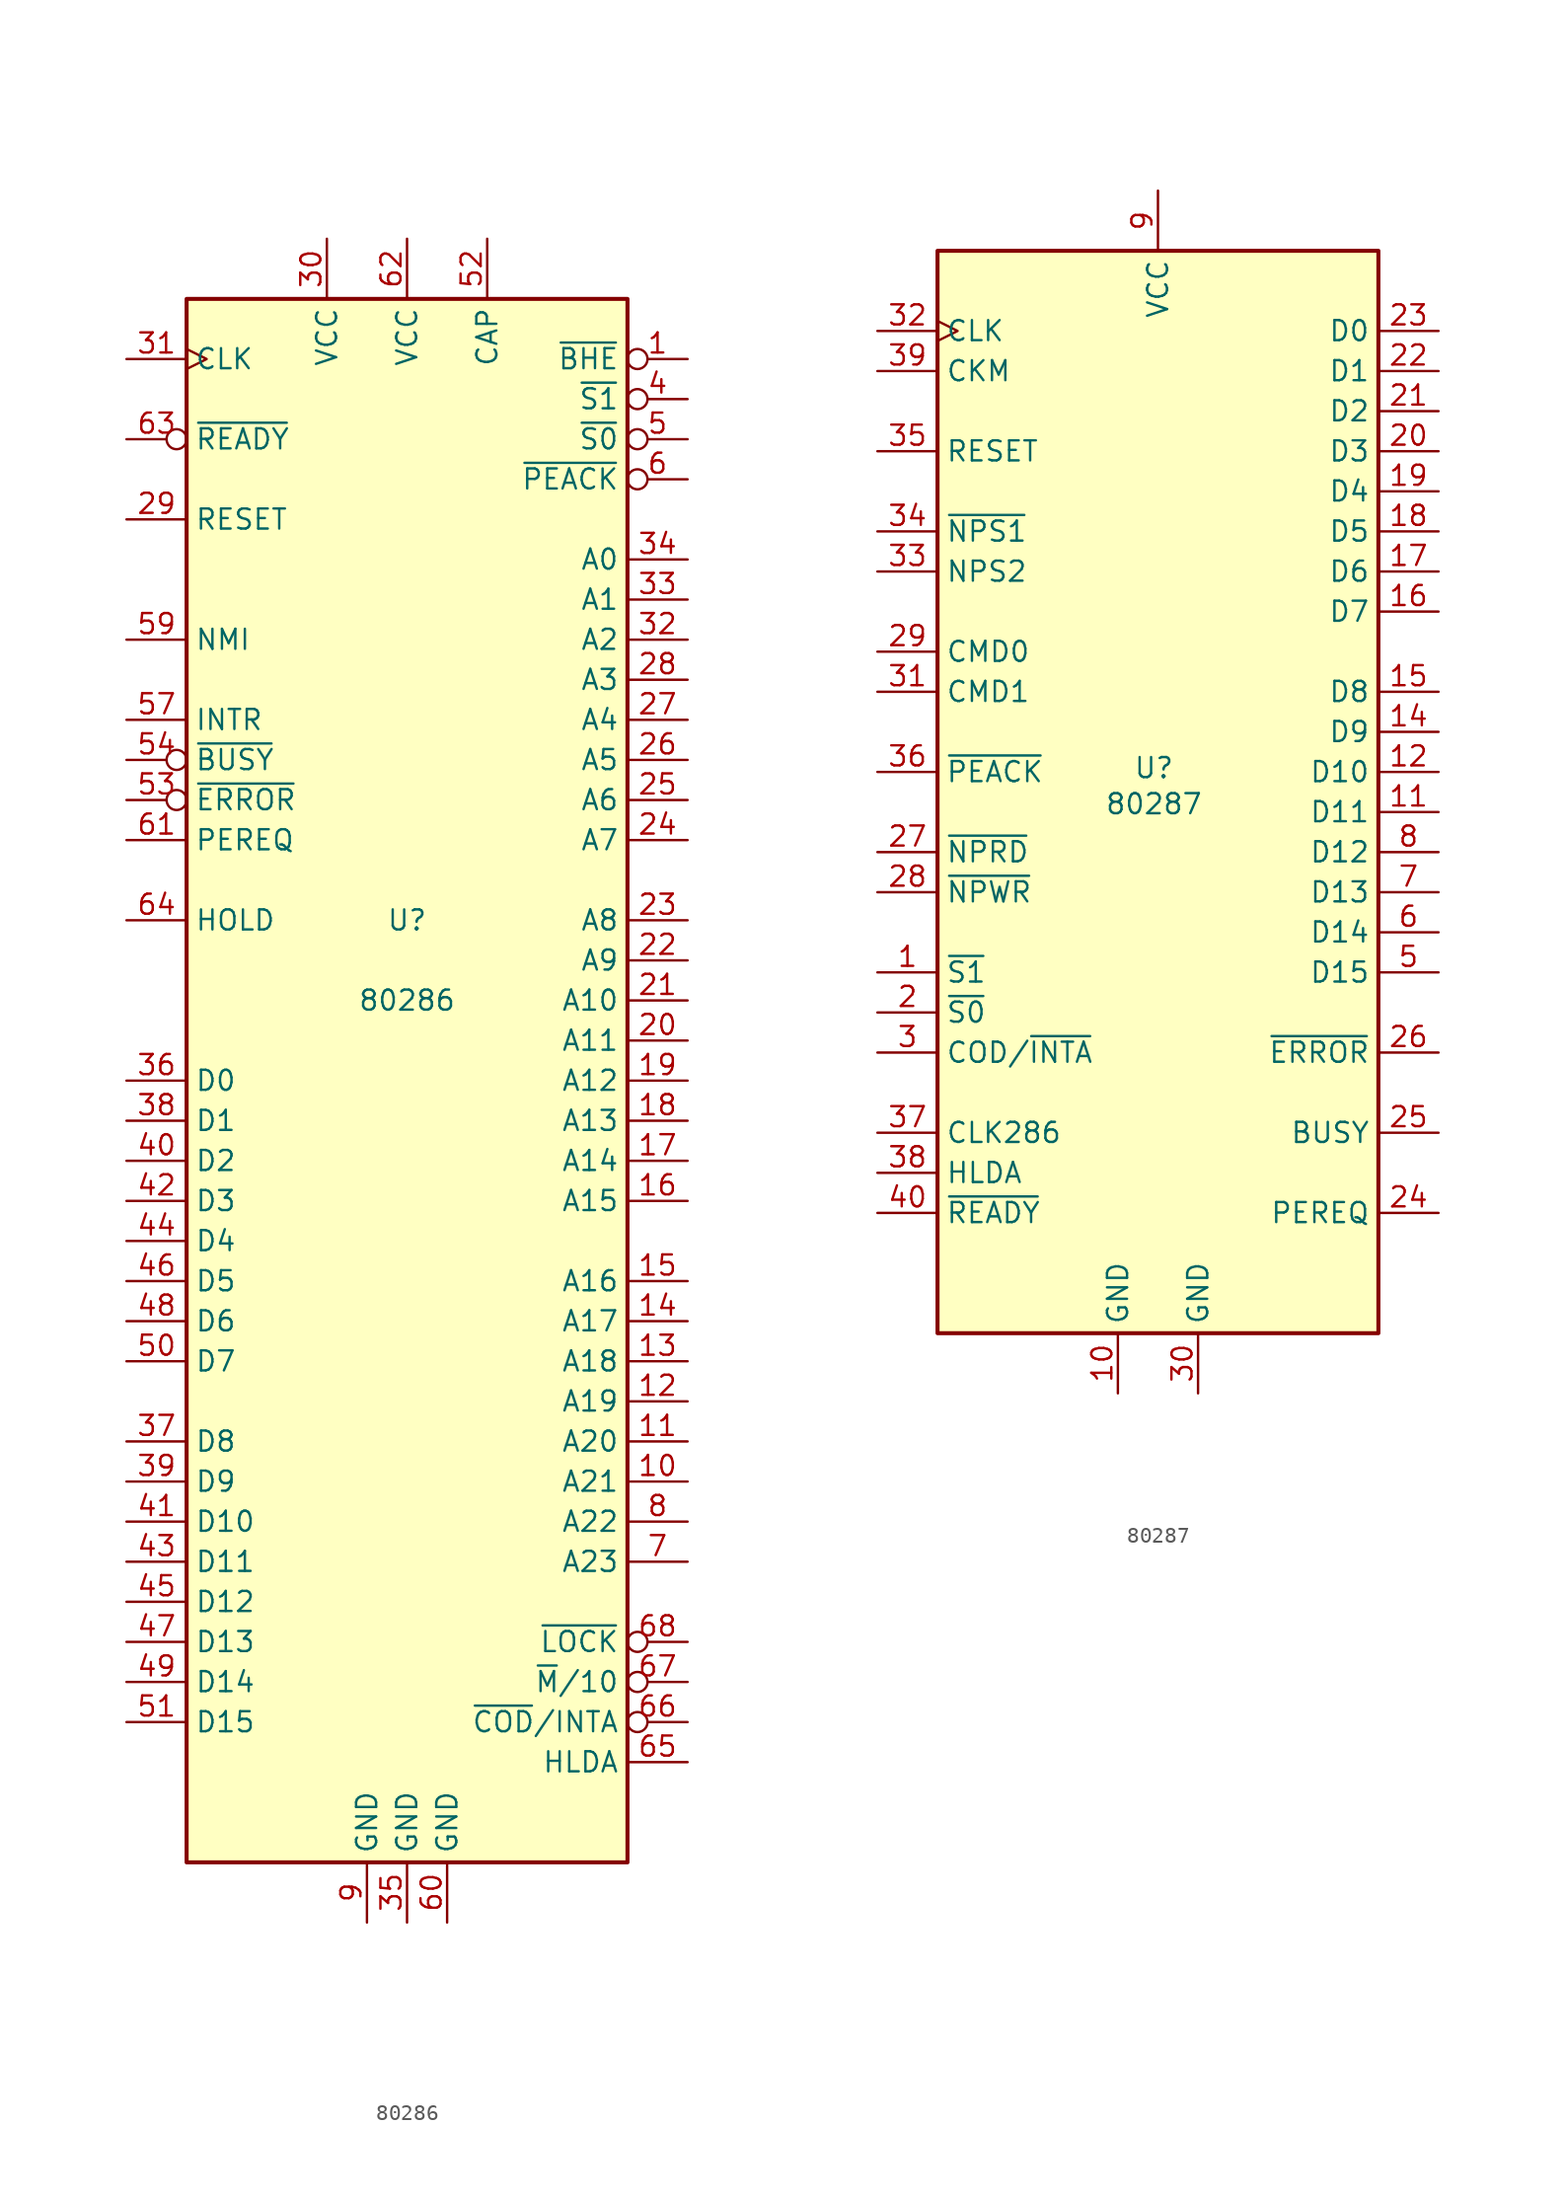
<source format=kicad_sym>
(kicad_symbol_lib
  (version 20231120)
  (generator "kicad_symbol_editor")
  (generator_version "8.0")
  (symbol "80286"
    (property "Reference" "U"
      (at 0 10.16 0)
      (do_not_autoplace)
      (effects (font (size 1.27 1.27))))
    (property "Value" "80286"
      (at 0 5.08 0)
      (do_not_autoplace)
      (effects (font (size 1.27 1.27))))
    (symbol "80286_0_0"
      (text "" (at -16.51 20.32 0) (effects (font (size 1.27 1.27)))))
    (symbol "80286_0_1"
      (rectangle (start -13.97 49.53) (end 13.97 -49.53) (stroke (width 0.254) (type default)) (fill (type background))))
    (symbol "80286_1_1"
      (pin output inverted (at 17.78 45.72 180) (length 3.81) (name "~{BHE}" (effects (font (size 1.27 1.27)))) (number "1" (effects (font (size 1.27 1.27)))))
      (pin output line (at 17.78 -25.4 180) (length 3.81) (name "A21" (effects (font (size 1.27 1.27)))) (number "10" (effects (font (size 1.27 1.27)))))
      (pin output line (at 17.78 -22.86 180) (length 3.81) (name "A20" (effects (font (size 1.27 1.27)))) (number "11" (effects (font (size 1.27 1.27)))))
      (pin output line (at 17.78 -20.32 180) (length 3.81) (name "A19" (effects (font (size 1.27 1.27)))) (number "12" (effects (font (size 1.27 1.27)))))
      (pin output line (at 17.78 -17.78 180) (length 3.81) (name "A18" (effects (font (size 1.27 1.27)))) (number "13" (effects (font (size 1.27 1.27)))))
      (pin output line (at 17.78 -15.24 180) (length 3.81) (name "A17" (effects (font (size 1.27 1.27)))) (number "14" (effects (font (size 1.27 1.27)))))
      (pin output line (at 17.78 -12.7 180) (length 3.81) (name "A16" (effects (font (size 1.27 1.27)))) (number "15" (effects (font (size 1.27 1.27)))))
      (pin output line (at 17.78 -7.62 180) (length 3.81) (name "A15" (effects (font (size 1.27 1.27)))) (number "16" (effects (font (size 1.27 1.27)))))
      (pin output line (at 17.78 -5.08 180) (length 3.81) (name "A14" (effects (font (size 1.27 1.27)))) (number "17" (effects (font (size 1.27 1.27)))))
      (pin output line (at 17.78 -2.54 180) (length 3.81) (name "A13" (effects (font (size 1.27 1.27)))) (number "18" (effects (font (size 1.27 1.27)))))
      (pin output line (at 17.78 0 180) (length 3.81) (name "A12" (effects (font (size 1.27 1.27)))) (number "19" (effects (font (size 1.27 1.27)))))
      (pin output line (at 17.78 2.54 180) (length 3.81) (name "A11" (effects (font (size 1.27 1.27)))) (number "20" (effects (font (size 1.27 1.27)))))
      (pin output line (at 17.78 5.08 180) (length 3.81) (name "A10" (effects (font (size 1.27 1.27)))) (number "21" (effects (font (size 1.27 1.27)))))
      (pin output line (at 17.78 7.62 180) (length 3.81) (name "A9" (effects (font (size 1.27 1.27)))) (number "22" (effects (font (size 1.27 1.27)))))
      (pin output line (at 17.78 10.16 180) (length 3.81) (name "A8" (effects (font (size 1.27 1.27)))) (number "23" (effects (font (size 1.27 1.27)))))
      (pin output line (at 17.78 15.24 180) (length 3.81) (name "A7" (effects (font (size 1.27 1.27)))) (number "24" (effects (font (size 1.27 1.27)))))
      (pin output line (at 17.78 17.78 180) (length 3.81) (name "A6" (effects (font (size 1.27 1.27)))) (number "25" (effects (font (size 1.27 1.27)))))
      (pin output line (at 17.78 20.32 180) (length 3.81) (name "A5" (effects (font (size 1.27 1.27)))) (number "26" (effects (font (size 1.27 1.27)))))
      (pin output line (at 17.78 22.86 180) (length 3.81) (name "A4" (effects (font (size 1.27 1.27)))) (number "27" (effects (font (size 1.27 1.27)))))
      (pin output line (at 17.78 25.4 180) (length 3.81) (name "A3" (effects (font (size 1.27 1.27)))) (number "28" (effects (font (size 1.27 1.27)))))
      (pin input line (at -17.78 35.56 0) (length 3.81) (name "RESET" (effects (font (size 1.27 1.27)))) (number "29" (effects (font (size 1.27 1.27)))))
      (pin power_in line (at -5.08 53.34 270) (length 3.81) (name "VCC" (effects (font (size 1.27 1.27)))) (number "30" (effects (font (size 1.27 1.27)))))
      (pin input clock (at -17.78 45.72 0) (length 3.81) (name "CLK" (effects (font (size 1.27 1.27)))) (number "31" (effects (font (size 1.27 1.27)))))
      (pin output line (at 17.78 27.94 180) (length 3.81) (name "A2" (effects (font (size 1.27 1.27)))) (number "32" (effects (font (size 1.27 1.27)))))
      (pin output line (at 17.78 30.48 180) (length 3.81) (name "A1" (effects (font (size 1.27 1.27)))) (number "33" (effects (font (size 1.27 1.27)))))
      (pin output line (at 17.78 33.02 180) (length 3.81) (name "A0" (effects (font (size 1.27 1.27)))) (number "34" (effects (font (size 1.27 1.27)))))
      (pin power_in line (at 0 -53.34 90) (length 3.81) (name "GND" (effects (font (size 1.27 1.27)))) (number "35" (effects (font (size 1.27 1.27)))))
      (pin tri_state line (at -17.78 0 0) (length 3.81) (name "D0" (effects (font (size 1.27 1.27)))) (number "36" (effects (font (size 1.27 1.27)))))
      (pin tri_state line (at -17.78 -22.86 0) (length 3.81) (name "D8" (effects (font (size 1.27 1.27)))) (number "37" (effects (font (size 1.27 1.27)))))
      (pin tri_state line (at -17.78 -2.54 0) (length 3.81) (name "D1" (effects (font (size 1.27 1.27)))) (number "38" (effects (font (size 1.27 1.27)))))
      (pin tri_state line (at -17.78 -25.4 0) (length 3.81) (name "D9" (effects (font (size 1.27 1.27)))) (number "39" (effects (font (size 1.27 1.27)))))
      (pin output inverted (at 17.78 43.18 180) (length 3.81) (name "~{S1}" (effects (font (size 1.27 1.27)))) (number "4" (effects (font (size 1.27 1.27)))))
      (pin tri_state line (at -17.78 -5.08 0) (length 3.81) (name "D2" (effects (font (size 1.27 1.27)))) (number "40" (effects (font (size 1.27 1.27)))))
      (pin tri_state line (at -17.78 -27.94 0) (length 3.81) (name "D10" (effects (font (size 1.27 1.27)))) (number "41" (effects (font (size 1.27 1.27)))))
      (pin tri_state line (at -17.78 -7.62 0) (length 3.81) (name "D3" (effects (font (size 1.27 1.27)))) (number "42" (effects (font (size 1.27 1.27)))))
      (pin tri_state line (at -17.78 -30.48 0) (length 3.81) (name "D11" (effects (font (size 1.27 1.27)))) (number "43" (effects (font (size 1.27 1.27)))))
      (pin tri_state line (at -17.78 -10.16 0) (length 3.81) (name "D4" (effects (font (size 1.27 1.27)))) (number "44" (effects (font (size 1.27 1.27)))))
      (pin tri_state line (at -17.78 -33.02 0) (length 3.81) (name "D12" (effects (font (size 1.27 1.27)))) (number "45" (effects (font (size 1.27 1.27)))))
      (pin tri_state line (at -17.78 -12.7 0) (length 3.81) (name "D5" (effects (font (size 1.27 1.27)))) (number "46" (effects (font (size 1.27 1.27)))))
      (pin tri_state line (at -17.78 -35.56 0) (length 3.81) (name "D13" (effects (font (size 1.27 1.27)))) (number "47" (effects (font (size 1.27 1.27)))))
      (pin tri_state line (at -17.78 -15.24 0) (length 3.81) (name "D6" (effects (font (size 1.27 1.27)))) (number "48" (effects (font (size 1.27 1.27)))))
      (pin tri_state line (at -17.78 -38.1 0) (length 3.81) (name "D14" (effects (font (size 1.27 1.27)))) (number "49" (effects (font (size 1.27 1.27)))))
      (pin output inverted (at 17.78 40.64 180) (length 3.81) (name "~{S0}" (effects (font (size 1.27 1.27)))) (number "5" (effects (font (size 1.27 1.27)))))
      (pin tri_state line (at -17.78 -17.78 0) (length 3.81) (name "D7" (effects (font (size 1.27 1.27)))) (number "50" (effects (font (size 1.27 1.27)))))
      (pin tri_state line (at -17.78 -40.64 0) (length 3.81) (name "D15" (effects (font (size 1.27 1.27)))) (number "51" (effects (font (size 1.27 1.27)))))
      (pin power_in line (at 5.08 53.34 270) (length 3.81) (name "CAP" (effects (font (size 1.27 1.27)))) (number "52" (effects (font (size 1.27 1.27)))))
      (pin input inverted (at -17.78 17.78 0) (length 3.81) (name "~{ERROR}" (effects (font (size 1.27 1.27)))) (number "53" (effects (font (size 1.27 1.27)))))
      (pin input inverted (at -17.78 20.32 0) (length 3.81) (name "~{BUSY}" (effects (font (size 1.27 1.27)))) (number "54" (effects (font (size 1.27 1.27)))))
      (pin input line (at -17.78 22.86 0) (length 3.81) (name "INTR" (effects (font (size 1.27 1.27)))) (number "57" (effects (font (size 1.27 1.27)))))
      (pin input line (at -17.78 27.94 0) (length 3.81) (name "NMI" (effects (font (size 1.27 1.27)))) (number "59" (effects (font (size 1.27 1.27)))))
      (pin output inverted (at 17.78 38.1 180) (length 3.81) (name "~{PEACK}" (effects (font (size 1.27 1.27)))) (number "6" (effects (font (size 1.27 1.27)))))
      (pin power_in line (at 2.54 -53.34 90) (length 3.81) (name "GND" (effects (font (size 1.27 1.27)))) (number "60" (effects (font (size 1.27 1.27)))))
      (pin input line (at -17.78 15.24 0) (length 3.81) (name "PEREQ" (effects (font (size 1.27 1.27)))) (number "61" (effects (font (size 1.27 1.27)))))
      (pin power_in line (at 0 53.34 270) (length 3.81) (name "VCC" (effects (font (size 1.27 1.27)))) (number "62" (effects (font (size 1.27 1.27)))))
      (pin input inverted (at -17.78 40.64 0) (length 3.81) (name "~{READY}" (effects (font (size 1.27 1.27)))) (number "63" (effects (font (size 1.27 1.27)))))
      (pin input line (at -17.78 10.16 0) (length 3.81) (name "HOLD" (effects (font (size 1.27 1.27)))) (number "64" (effects (font (size 1.27 1.27)))))
      (pin output line (at 17.78 -43.18 180) (length 3.81) (name "HLDA" (effects (font (size 1.27 1.27)))) (number "65" (effects (font (size 1.27 1.27)))))
      (pin output inverted (at 17.78 -40.64 180) (length 3.81) (name "~{COD}/INTA" (effects (font (size 1.27 1.27)))) (number "66" (effects (font (size 1.27 1.27)))))
      (pin output inverted (at 17.78 -38.1 180) (length 3.81) (name "~{M}/10" (effects (font (size 1.27 1.27)))) (number "67" (effects (font (size 1.27 1.27)))))
      (pin output inverted (at 17.78 -35.56 180) (length 3.81) (name "~{LOCK}" (effects (font (size 1.27 1.27)))) (number "68" (effects (font (size 1.27 1.27)))))
      (pin output line (at 17.78 -30.48 180) (length 3.81) (name "A23" (effects (font (size 1.27 1.27)))) (number "7" (effects (font (size 1.27 1.27)))))
      (pin output line (at 17.78 -27.94 180) (length 3.81) (name "A22" (effects (font (size 1.27 1.27)))) (number "8" (effects (font (size 1.27 1.27)))))
      (pin power_in line (at -2.54 -53.34 90) (length 3.81) (name "GND" (effects (font (size 1.27 1.27)))) (number "9" (effects (font (size 1.27 1.27)))))))
  (symbol "80287"
    (property "Reference" "U"
      (at -0.254 1.524 0)
      (effects (font (size 1.27 1.27))))
    (property "Value" "80287"
      (at -0.254 -0.762 0)
      (effects (font (size 1.27 1.27))))
    (symbol "80287_0_1"
      (rectangle (start -13.97 34.29) (end 13.97 -34.29) (stroke (width 0.254) (type default)) (fill (type background))))
    (symbol "80287_1_1"
      (pin input line (at -17.78 -11.43 0) (length 3.81) (name "~{S1}" (effects (font (size 1.27 1.27)))) (number "1" (effects (font (size 1.27 1.27)))))
      (pin power_in line (at -2.54 -38.1 90) (length 3.81) (name "GND" (effects (font (size 1.27 1.27)))) (number "10" (effects (font (size 1.27 1.27)))))
      (pin bidirectional line (at 17.78 -1.27 180) (length 3.81) (name "D11" (effects (font (size 1.27 1.27)))) (number "11" (effects (font (size 1.27 1.27)))))
      (pin bidirectional line (at 17.78 1.27 180) (length 3.81) (name "D10" (effects (font (size 1.27 1.27)))) (number "12" (effects (font (size 1.27 1.27)))))
      (pin no_connect line (at -17.78 19.05 0) (length 3.81) hide (name "NC" (effects (font (size 1.27 1.27)))) (number "13" (effects (font (size 1.27 1.27)))))
      (pin bidirectional line (at 17.78 3.81 180) (length 3.81) (name "D9" (effects (font (size 1.27 1.27)))) (number "14" (effects (font (size 1.27 1.27)))))
      (pin bidirectional line (at 17.78 6.35 180) (length 3.81) (name "D8" (effects (font (size 1.27 1.27)))) (number "15" (effects (font (size 1.27 1.27)))))
      (pin bidirectional line (at 17.78 11.43 180) (length 3.81) (name "D7" (effects (font (size 1.27 1.27)))) (number "16" (effects (font (size 1.27 1.27)))))
      (pin bidirectional line (at 17.78 13.97 180) (length 3.81) (name "D6" (effects (font (size 1.27 1.27)))) (number "17" (effects (font (size 1.27 1.27)))))
      (pin bidirectional line (at 17.78 16.51 180) (length 3.81) (name "D5" (effects (font (size 1.27 1.27)))) (number "18" (effects (font (size 1.27 1.27)))))
      (pin bidirectional line (at 17.78 19.05 180) (length 3.81) (name "D4" (effects (font (size 1.27 1.27)))) (number "19" (effects (font (size 1.27 1.27)))))
      (pin input line (at -17.78 -13.97 0) (length 3.81) (name "~{S0}" (effects (font (size 1.27 1.27)))) (number "2" (effects (font (size 1.27 1.27)))))
      (pin bidirectional line (at 17.78 21.59 180) (length 3.81) (name "D3" (effects (font (size 1.27 1.27)))) (number "20" (effects (font (size 1.27 1.27)))))
      (pin bidirectional line (at 17.78 24.13 180) (length 3.81) (name "D2" (effects (font (size 1.27 1.27)))) (number "21" (effects (font (size 1.27 1.27)))))
      (pin bidirectional line (at 17.78 26.67 180) (length 3.81) (name "D1" (effects (font (size 1.27 1.27)))) (number "22" (effects (font (size 1.27 1.27)))))
      (pin bidirectional line (at 17.78 29.21 180) (length 3.81) (name "D0" (effects (font (size 1.27 1.27)))) (number "23" (effects (font (size 1.27 1.27)))))
      (pin output line (at 17.78 -26.67 180) (length 3.81) (name "PEREQ" (effects (font (size 1.27 1.27)))) (number "24" (effects (font (size 1.27 1.27)))))
      (pin output line (at 17.78 -21.59 180) (length 3.81) (name "BUSY" (effects (font (size 1.27 1.27)))) (number "25" (effects (font (size 1.27 1.27)))))
      (pin output line (at 17.78 -16.51 180) (length 3.81) (name "~{ERROR}" (effects (font (size 1.27 1.27)))) (number "26" (effects (font (size 1.27 1.27)))))
      (pin input line (at -17.78 -3.81 0) (length 3.81) (name "~{NPRD}" (effects (font (size 1.27 1.27)))) (number "27" (effects (font (size 1.27 1.27)))))
      (pin input line (at -17.78 -6.35 0) (length 3.81) (name "~{NPWR}" (effects (font (size 1.27 1.27)))) (number "28" (effects (font (size 1.27 1.27)))))
      (pin input line (at -17.78 8.89 0) (length 3.81) (name "CMD0" (effects (font (size 1.27 1.27)))) (number "29" (effects (font (size 1.27 1.27)))))
      (pin input line (at -17.78 -16.51 0) (length 3.81) (name "COD/~{INTA}" (effects (font (size 1.27 1.27)))) (number "3" (effects (font (size 1.27 1.27)))))
      (pin power_in line (at 2.54 -38.1 90) (length 3.81) (name "GND" (effects (font (size 1.27 1.27)))) (number "30" (effects (font (size 1.27 1.27)))))
      (pin input line (at -17.78 6.35 0) (length 3.81) (name "CMD1" (effects (font (size 1.27 1.27)))) (number "31" (effects (font (size 1.27 1.27)))))
      (pin input clock (at -17.78 29.21 0) (length 3.81) (name "CLK" (effects (font (size 1.27 1.27)))) (number "32" (effects (font (size 1.27 1.27)))))
      (pin input line (at -17.78 13.97 0) (length 3.81) (name "NPS2" (effects (font (size 1.27 1.27)))) (number "33" (effects (font (size 1.27 1.27)))))
      (pin input line (at -17.78 16.51 0) (length 3.81) (name "~{NPS1}" (effects (font (size 1.27 1.27)))) (number "34" (effects (font (size 1.27 1.27)))))
      (pin input line (at -17.78 21.59 0) (length 3.81) (name "RESET" (effects (font (size 1.27 1.27)))) (number "35" (effects (font (size 1.27 1.27)))))
      (pin input line (at -17.78 1.27 0) (length 3.81) (name "~{PEACK}" (effects (font (size 1.27 1.27)))) (number "36" (effects (font (size 1.27 1.27)))))
      (pin input line (at -17.78 -21.59 0) (length 3.81) (name "CLK286" (effects (font (size 1.27 1.27)))) (number "37" (effects (font (size 1.27 1.27)))))
      (pin input line (at -17.78 -24.13 0) (length 3.81) (name "HLDA" (effects (font (size 1.27 1.27)))) (number "38" (effects (font (size 1.27 1.27)))))
      (pin input line (at -17.78 26.67 0) (length 3.81) (name "CKM" (effects (font (size 1.27 1.27)))) (number "39" (effects (font (size 1.27 1.27)))))
      (pin no_connect line (at -17.78 24.13 0) (length 3.81) hide (name "NC" (effects (font (size 1.27 1.27)))) (number "4" (effects (font (size 1.27 1.27)))))
      (pin input line (at -17.78 -26.67 0) (length 3.81) (name "~{READY}" (effects (font (size 1.27 1.27)))) (number "40" (effects (font (size 1.27 1.27)))))
      (pin bidirectional line (at 17.78 -11.43 180) (length 3.81) (name "D15" (effects (font (size 1.27 1.27)))) (number "5" (effects (font (size 1.27 1.27)))))
      (pin bidirectional line (at 17.78 -8.89 180) (length 3.81) (name "D14" (effects (font (size 1.27 1.27)))) (number "6" (effects (font (size 1.27 1.27)))))
      (pin bidirectional line (at 17.78 -6.35 180) (length 3.81) (name "D13" (effects (font (size 1.27 1.27)))) (number "7" (effects (font (size 1.27 1.27)))))
      (pin bidirectional line (at 17.78 -3.81 180) (length 3.81) (name "D12" (effects (font (size 1.27 1.27)))) (number "8" (effects (font (size 1.27 1.27)))))
      (pin power_in line (at 0 38.1 270) (length 3.81) (name "VCC" (effects (font (size 1.27 1.27)))) (number "9" (effects (font (size 1.27 1.27))))))))
</source>
